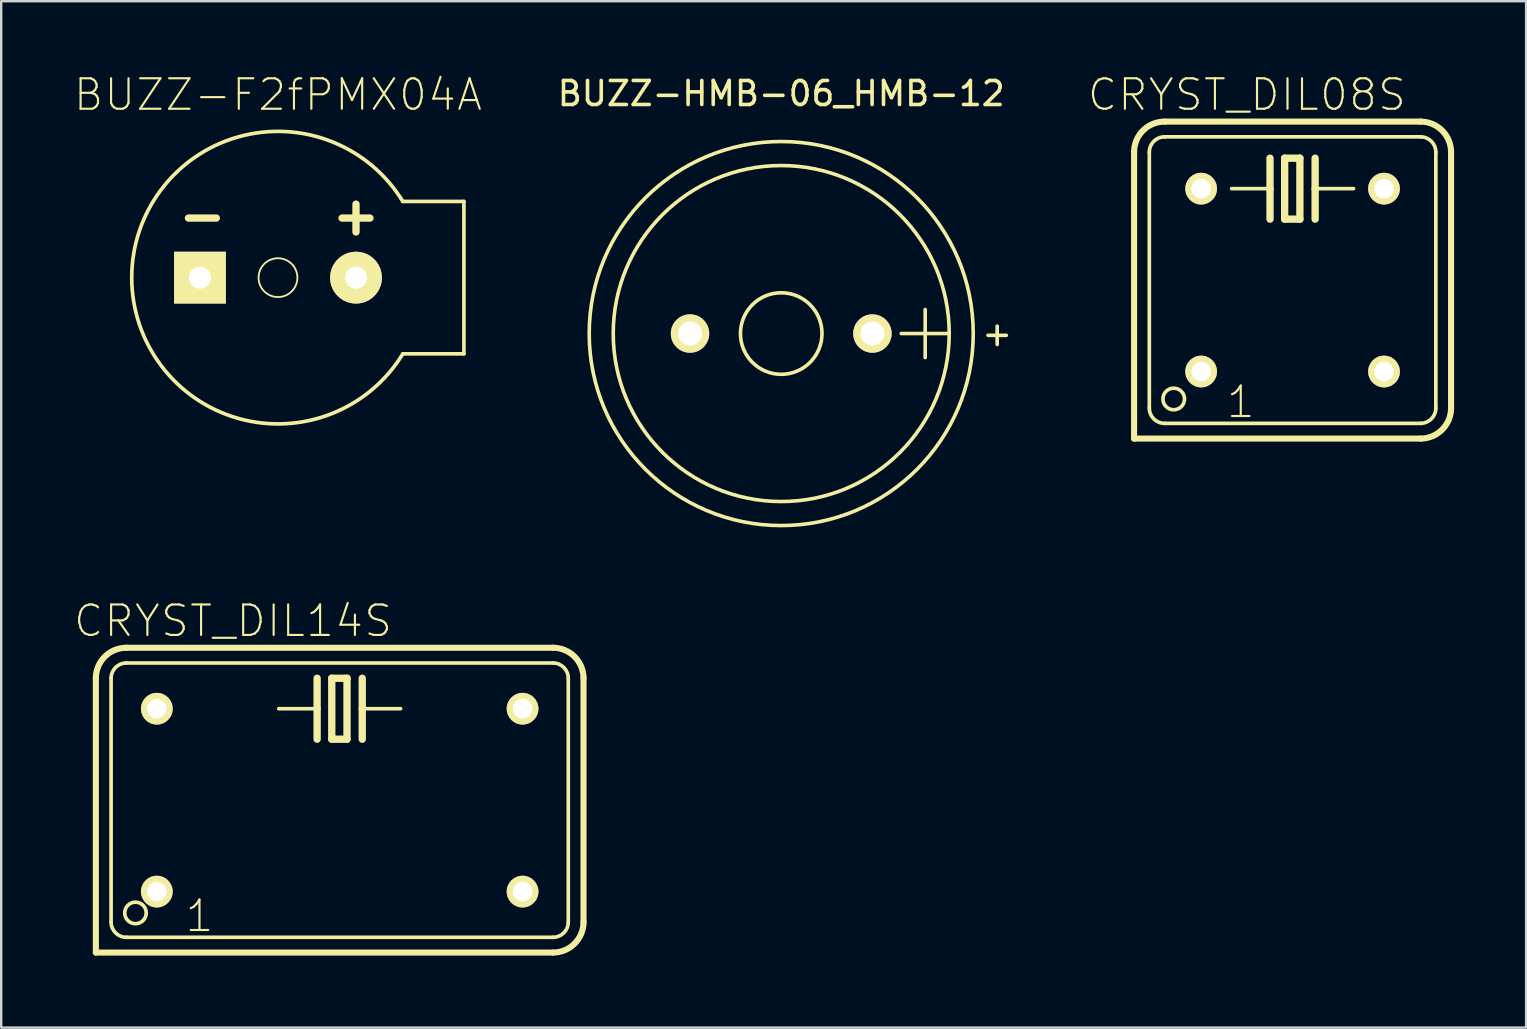
<source format=kicad_pcb>
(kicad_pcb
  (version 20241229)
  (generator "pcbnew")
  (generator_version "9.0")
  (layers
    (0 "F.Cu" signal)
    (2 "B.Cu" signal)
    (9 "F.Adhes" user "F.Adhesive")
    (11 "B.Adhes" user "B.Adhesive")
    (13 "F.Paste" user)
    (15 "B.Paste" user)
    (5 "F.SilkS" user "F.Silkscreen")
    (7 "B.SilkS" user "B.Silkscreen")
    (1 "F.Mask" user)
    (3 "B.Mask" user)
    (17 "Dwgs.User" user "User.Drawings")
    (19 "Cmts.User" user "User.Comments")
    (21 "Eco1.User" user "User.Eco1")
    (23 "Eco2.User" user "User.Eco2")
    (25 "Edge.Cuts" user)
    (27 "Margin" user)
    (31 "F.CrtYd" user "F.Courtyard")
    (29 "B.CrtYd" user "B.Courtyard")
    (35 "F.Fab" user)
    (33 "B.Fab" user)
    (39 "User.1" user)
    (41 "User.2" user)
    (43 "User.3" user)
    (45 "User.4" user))
  (footprint "CRYST_DIL08S"
    (layer "F.Cu")
    (at 50.809 8.621)
    (property "Reference" "CRYST_DIL08S" (at -1.905 -7.722 0) (layer "F.SilkS") (effects (font (size 1.27 1.27) (thickness 0.089))))
    (attr exclude_from_pos_files exclude_from_bom)
    (fp_line (start -6.604 6.604) (end -6.604 -5.334) (stroke (width 0.254) (type solid)) (layer "F.SilkS"))
    (fp_line (start -6.604 6.604) (end 5.334 6.604) (stroke (width 0.254) (type solid)) (layer "F.SilkS"))
    (fp_line (start -5.969 -5.334) (end -5.969 5.334) (stroke (width 0.152) (type solid)) (layer "F.SilkS"))
    (fp_line (start -5.334 5.969) (end 5.334 5.969) (stroke (width 0.152) (type solid)) (layer "F.SilkS"))
    (fp_line (start -0.94 -5.08) (end -0.94 -3.81) (stroke (width 0.305) (type solid)) (layer "F.SilkS"))
    (fp_line (start -0.94 -3.81) (end -2.54 -3.81) (stroke (width 0.152) (type solid)) (layer "F.SilkS"))
    (fp_line (start -0.94 -3.81) (end -0.94 -2.54) (stroke (width 0.305) (type solid)) (layer "F.SilkS"))
    (fp_line (start -0.33 -5.08) (end -0.33 -2.54) (stroke (width 0.305) (type solid)) (layer "F.SilkS"))
    (fp_line (start -0.33 -2.54) (end 0.305 -2.54) (stroke (width 0.305) (type solid)) (layer "F.SilkS"))
    (fp_line (start 0.305 -5.08) (end -0.33 -5.08) (stroke (width 0.305) (type solid)) (layer "F.SilkS"))
    (fp_line (start 0.305 -2.54) (end 0.305 -5.08) (stroke (width 0.305) (type solid)) (layer "F.SilkS"))
    (fp_line (start 0.94 -5.08) (end 0.94 -3.81) (stroke (width 0.305) (type solid)) (layer "F.SilkS"))
    (fp_line (start 0.94 -3.81) (end 0.94 -2.54) (stroke (width 0.305) (type solid)) (layer "F.SilkS"))
    (fp_line (start 0.94 -3.81) (end 2.54 -3.81) (stroke (width 0.152) (type solid)) (layer "F.SilkS"))
    (fp_line (start 5.334 -6.604) (end -5.334 -6.604) (stroke (width 0.254) (type solid)) (layer "F.SilkS"))
    (fp_line (start 5.334 -5.969) (end -5.334 -5.969) (stroke (width 0.152) (type solid)) (layer "F.SilkS"))
    (fp_line (start 5.969 5.334) (end 5.969 -5.334) (stroke (width 0.152) (type solid)) (layer "F.SilkS"))
    (fp_line (start 6.604 5.334) (end 6.604 -5.334) (stroke (width 0.254) (type solid)) (layer "F.SilkS"))
    (fp_arc (start -6.604 -5.334) (mid -6.232026 -6.232026) (end -5.334 -6.604) (stroke (width 0.254) (type solid)) (layer "F.SilkS"))
    (fp_arc (start -5.969 -5.334) (mid -5.783013 -5.783013) (end -5.334 -5.969) (stroke (width 0.1524) (type solid)) (layer "F.SilkS"))
    (fp_arc (start -5.334 5.969) (mid -5.783013 5.783013) (end -5.969 5.334) (stroke (width 0.1524) (type solid)) (layer "F.SilkS"))
    (fp_arc (start 5.334 -6.604) (mid 6.232026 -6.232026) (end 6.604 -5.334) (stroke (width 0.254) (type solid)) (layer "F.SilkS"))
    (fp_arc (start 5.334 -5.969) (mid 5.783013 -5.783013) (end 5.969 -5.334) (stroke (width 0.1524) (type solid)) (layer "F.SilkS"))
    (fp_arc (start 5.969 5.334) (mid 5.783013 5.783013) (end 5.334 5.969) (stroke (width 0.1524) (type solid)) (layer "F.SilkS"))
    (fp_arc (start 6.604 5.334) (mid 6.232026 6.232026) (end 5.334 6.604) (stroke (width 0.254) (type solid)) (layer "F.SilkS"))
    (fp_circle (center -4.953 4.953) (end -5.271 5.271) (stroke (width 0.152) (type solid)) (fill no) (layer "F.SilkS"))
    (fp_text user "1" (at -2.159 5.08 0) (layer "F.SilkS") (effects (font (size 1.27 1.27) (thickness 0.089))))
    (pad "1" thru_hole circle (at -3.81 3.81) (size 1.321 1.321) (drill 0.813) (layers "*.Cu" "F.Mask" "F.SilkS" "F.Paste"))
    (pad "4" thru_hole circle (at 3.81 3.81) (size 1.321 1.321) (drill 0.813) (layers "*.Cu" "F.Mask" "F.SilkS" "F.Paste"))
    (pad "5" thru_hole circle (at 3.81 -3.81) (size 1.321 1.321) (drill 0.813) (layers "*.Cu" "F.Mask" "F.SilkS" "F.Paste"))
    (pad "8" thru_hole circle (at -3.81 -3.81) (size 1.321 1.321) (drill 0.813) (layers "*.Cu" "F.Mask" "F.SilkS" "F.Paste")))
  (footprint "CRYST_DIL14S"
    (layer "F.Cu")
    (at 11.104 30.291)
    (property "Reference" "CRYST_DIL14S" (at -4.445 -7.468 0) (layer "F.SilkS") (effects (font (size 1.27 1.27) (thickness 0.089))))
    (attr exclude_from_pos_files exclude_from_bom)
    (fp_line (start -10.16 6.35) (end -10.16 -5.08) (stroke (width 0.254) (type solid)) (layer "F.SilkS"))
    (fp_line (start -10.16 6.35) (end 8.89 6.35) (stroke (width 0.254) (type solid)) (layer "F.SilkS"))
    (fp_line (start -9.525 -5.08) (end -9.525 5.08) (stroke (width 0.152) (type solid)) (layer "F.SilkS"))
    (fp_line (start -8.89 5.715) (end 8.89 5.715) (stroke (width 0.152) (type solid)) (layer "F.SilkS"))
    (fp_line (start -0.94 -5.08) (end -0.94 -3.81) (stroke (width 0.305) (type solid)) (layer "F.SilkS"))
    (fp_line (start -0.94 -3.81) (end -2.54 -3.81) (stroke (width 0.152) (type solid)) (layer "F.SilkS"))
    (fp_line (start -0.94 -3.81) (end -0.94 -2.54) (stroke (width 0.305) (type solid)) (layer "F.SilkS"))
    (fp_line (start -0.33 -5.08) (end -0.33 -2.54) (stroke (width 0.305) (type solid)) (layer "F.SilkS"))
    (fp_line (start -0.33 -2.54) (end 0.305 -2.54) (stroke (width 0.305) (type solid)) (layer "F.SilkS"))
    (fp_line (start 0.305 -5.08) (end -0.33 -5.08) (stroke (width 0.305) (type solid)) (layer "F.SilkS"))
    (fp_line (start 0.305 -2.54) (end 0.305 -5.08) (stroke (width 0.305) (type solid)) (layer "F.SilkS"))
    (fp_line (start 0.94 -5.08) (end 0.94 -3.81) (stroke (width 0.305) (type solid)) (layer "F.SilkS"))
    (fp_line (start 0.94 -3.81) (end 0.94 -2.54) (stroke (width 0.305) (type solid)) (layer "F.SilkS"))
    (fp_line (start 0.94 -3.81) (end 2.54 -3.81) (stroke (width 0.152) (type solid)) (layer "F.SilkS"))
    (fp_line (start 8.89 -6.35) (end -8.89 -6.35) (stroke (width 0.254) (type solid)) (layer "F.SilkS"))
    (fp_line (start 8.89 -5.715) (end -8.89 -5.715) (stroke (width 0.152) (type solid)) (layer "F.SilkS"))
    (fp_line (start 9.525 5.08) (end 9.525 -5.08) (stroke (width 0.152) (type solid)) (layer "F.SilkS"))
    (fp_line (start 10.16 5.08) (end 10.16 -5.08) (stroke (width 0.254) (type solid)) (layer "F.SilkS"))
    (fp_arc (start -10.16 -5.08) (mid -9.788026 -5.978026) (end -8.89 -6.35) (stroke (width 0.254) (type solid)) (layer "F.SilkS"))
    (fp_arc (start -9.525 -5.08) (mid -9.339013 -5.529013) (end -8.89 -5.715) (stroke (width 0.1524) (type solid)) (layer "F.SilkS"))
    (fp_arc (start -8.89 5.715) (mid -9.339013 5.529013) (end -9.525 5.08) (stroke (width 0.1524) (type solid)) (layer "F.SilkS"))
    (fp_arc (start 8.89 -6.35) (mid 9.788026 -5.978026) (end 10.16 -5.08) (stroke (width 0.254) (type solid)) (layer "F.SilkS"))
    (fp_arc (start 8.89 -5.715) (mid 9.339013 -5.529013) (end 9.525 -5.08) (stroke (width 0.1524) (type solid)) (layer "F.SilkS"))
    (fp_arc (start 9.525 5.08) (mid 9.339013 5.529013) (end 8.89 5.715) (stroke (width 0.1524) (type solid)) (layer "F.SilkS"))
    (fp_arc (start 10.16 5.08) (mid 9.788026 5.978026) (end 8.89 6.35) (stroke (width 0.254) (type solid)) (layer "F.SilkS"))
    (fp_circle (center -8.509 4.699) (end -8.826 5.016) (stroke (width 0.152) (type solid)) (fill no) (layer "F.SilkS"))
    (fp_text user "1" (at -5.842 4.826 0) (layer "F.SilkS") (effects (font (size 1.27 1.27) (thickness 0.089))))
    (pad "1" thru_hole circle (at -7.62 3.81) (size 1.321 1.321) (drill 0.813) (layers "*.Cu" "F.Mask" "F.SilkS" "F.Paste"))
    (pad "7" thru_hole circle (at 7.62 3.81) (size 1.321 1.321) (drill 0.813) (layers "*.Cu" "F.Mask" "F.SilkS" "F.Paste"))
    (pad "8" thru_hole circle (at 7.62 -3.81) (size 1.321 1.321) (drill 0.813) (layers "*.Cu" "F.Mask" "F.SilkS" "F.Paste"))
    (pad "14" thru_hole circle (at -7.62 -3.81) (size 1.321 1.321) (drill 0.813) (layers "*.Cu" "F.Mask" "F.SilkS" "F.Paste")))
  (footprint "BUZZ-F2fPMX04A"
    (layer "F.Cu")
    (at 8.533 8.519)
    (property "Reference" "BUZZ-F2fPMX04A" (at 0 -7.62 0) (layer "F.SilkS") (effects (font (size 1.27 1.27) (thickness 0.089))))
    (attr exclude_from_pos_files exclude_from_bom)
    (fp_line (start 5.202 -3.175) (end 7.747 -3.175) (stroke (width 0.152) (type solid)) (layer "F.SilkS"))
    (fp_line (start 5.202 3.175) (end 7.747 3.175) (stroke (width 0.152) (type solid)) (layer "F.SilkS"))
    (fp_line (start 7.747 -3.175) (end 7.747 3.175) (stroke (width 0.152) (type solid)) (layer "F.SilkS"))
    (fp_arc (start 5.20192 3.175) (mid -6.094309 0.000227) (end 5.201684 -3.175387) (stroke (width 0.1524) (type solid)) (layer "F.SilkS"))
    (fp_circle (center 0 0) (end -0.572 0.572) (stroke (width 0.076) (type solid)) (fill no) (layer "F.SilkS"))
    (fp_text user "-" (at -3.15 -2.591 0) (layer "F.SilkS") (effects (font (size 1.524 1.524) (thickness 0.305))))
    (fp_text user "+" (at 3.251 -2.591 0) (layer "F.SilkS") (effects (font (size 1.524 1.524) (thickness 0.305))))
    (pad "1" thru_hole rect (at -3.251 0) (size 2.159 2.159) (drill 0.914) (layers "*.Cu" "F.Mask" "F.SilkS" "F.Paste"))
    (pad "2" thru_hole circle (at 3.251 0) (size 2.159 2.159) (drill 0.914) (layers "*.Cu" "F.Mask" "F.SilkS" "F.Paste")))
  (footprint "BUZZ-HMB-06_HMB-12"
    (layer "F.Cu")
    (at 25.692 10.848)
    (property "Reference" "BUZZ-HMB-06_HMB-12" (at 3.81 -10 0) (layer "F.SilkS") (effects (font (size 1 1) (thickness 0.15))))
    (attr through_hole)
    (fp_line (start 8.811 0) (end 10.81 0) (stroke (width 0.15) (type solid)) (layer "F.SilkS"))
    (fp_line (start 9.809 -1.001) (end 9.809 1.001) (stroke (width 0.15) (type solid)) (layer "F.SilkS"))
    (fp_circle (center 3.81 0) (end 5.509 0) (stroke (width 0.15) (type solid)) (fill no) (layer "F.SilkS"))
    (fp_circle (center 3.81 0) (end 10.81 0) (stroke (width 0.15) (type solid)) (fill no) (layer "F.SilkS"))
    (fp_circle (center 3.81 0) (end 11.811 0) (stroke (width 0.15) (type solid)) (fill no) (layer "F.SilkS"))
    (fp_text user "+" (at 12.809 0 0) (layer "F.SilkS") (effects (font (size 1 1) (thickness 0.15))))
    (pad "1" thru_hole circle (at 0.01 0) (size 1.6 1.6) (drill 1.001) (layers "*.Cu" "*.Mask" "F.SilkS"))
    (pad "2" thru_hole circle (at 7.61 0) (size 1.6 1.6) (drill 1.001) (layers "*.Cu" "*.Mask" "F.SilkS")))
  (gr_rect
    (start -3 -3)
    (end 60.54 39.768)
    (stroke (width 0.1) (type default))
    (fill no)
    (layer "Edge.Cuts")))
</source>
